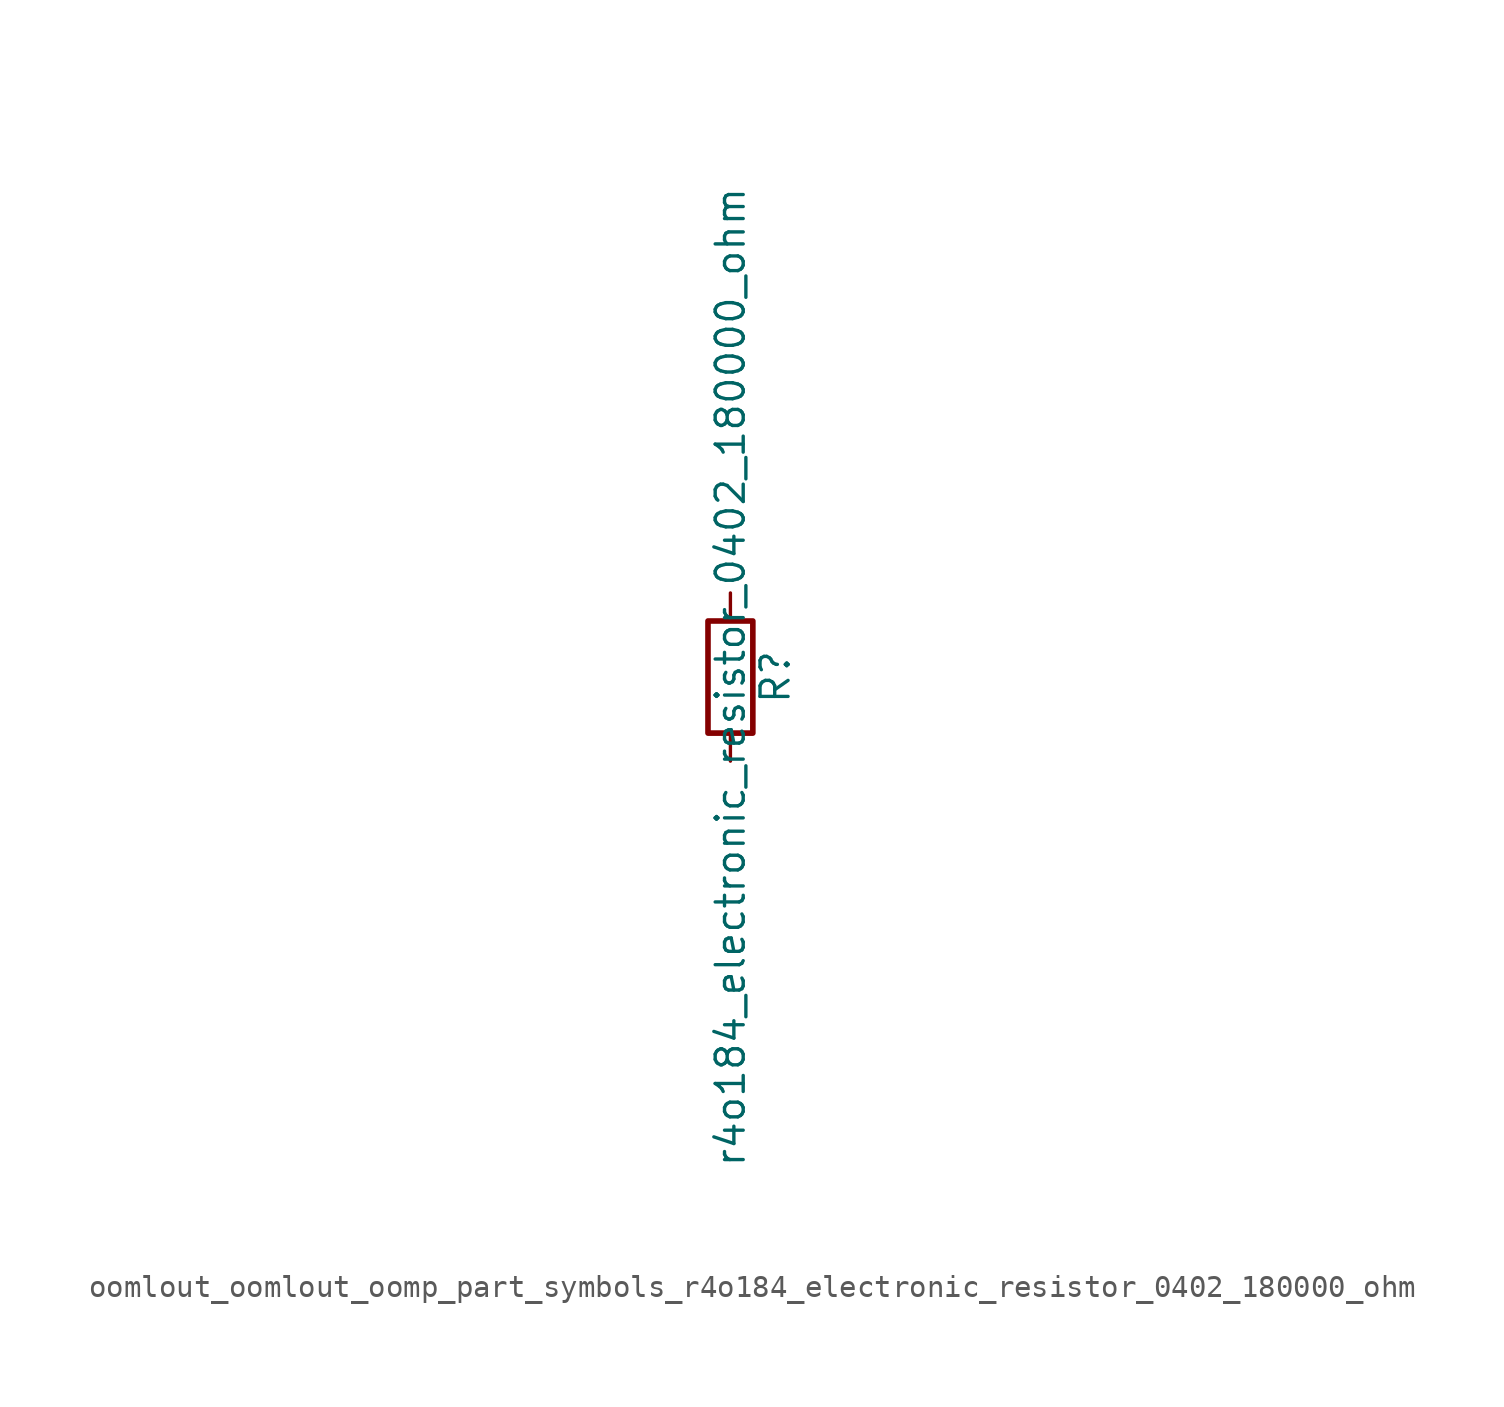
<source format=kicad_sym>
(kicad_symbol_lib
  (version 20220914)
  (generator kicad_symbol_editor)
  (symbol "oomlout_oomlout_oomp_part_symbols_r4o184_electronic_resistor_0402_180000_ohm"
    (pin_numbers hide)
    (pin_names
      (offset 0))
    (property "Reference" "R"
      (at 2.032 0 90)
      (effects (font (size 1.27 1.27))))
    (property "Value" "r4o184_electronic_resistor_0402_180000_ohm"
      (at 0 0 90)
      (effects (font (size 1.27 1.27))))
    (symbol "oomlout_oomlout_oomp_part_symbols_r4o184_electronic_resistor_0402_180000_ohm_0_1"
      (rectangle (start -1.016 -2.54) (end 1.016 2.54) (stroke (width 0.254) (type default)) (fill (type none))))
    (symbol "oomlout_oomlout_oomp_part_symbols_r4o184_electronic_resistor_0402_180000_ohm_1_1"
      (pin passive line (at 0 3.81 270) (length 1.27) (name "~" (effects (font (size 1.27 1.27)))) (number "1" (effects (font (size 1.27 1.27)))))
      (pin passive line (at 0 -3.81 90) (length 1.27) (name "~" (effects (font (size 1.27 1.27)))) (number "2" (effects (font (size 1.27 1.27))))))))
</source>
